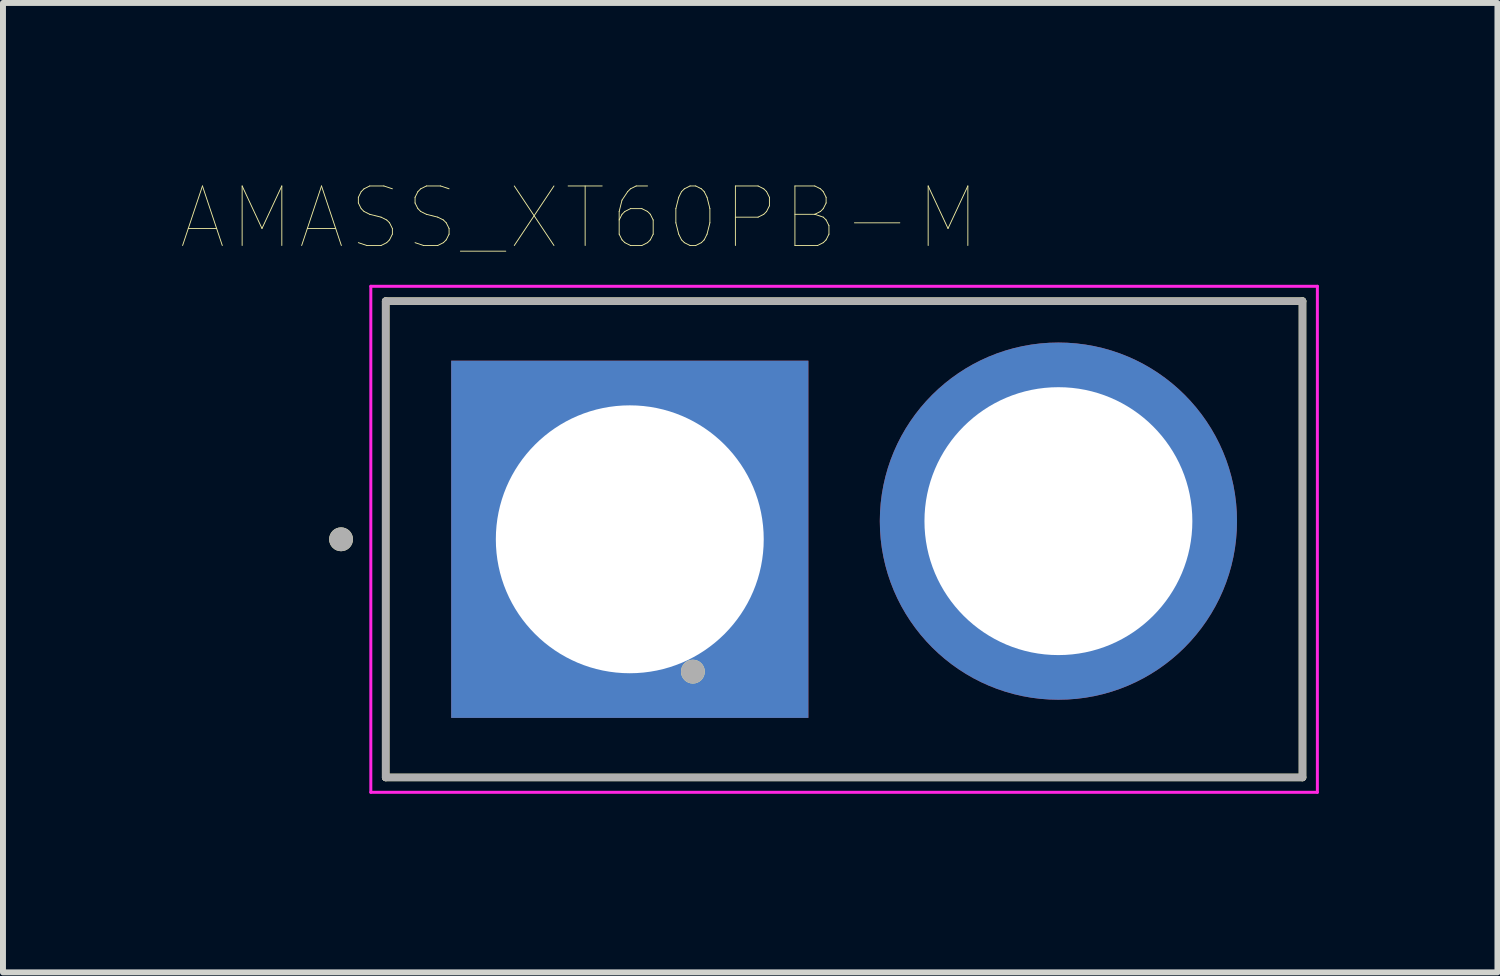
<source format=kicad_pcb>
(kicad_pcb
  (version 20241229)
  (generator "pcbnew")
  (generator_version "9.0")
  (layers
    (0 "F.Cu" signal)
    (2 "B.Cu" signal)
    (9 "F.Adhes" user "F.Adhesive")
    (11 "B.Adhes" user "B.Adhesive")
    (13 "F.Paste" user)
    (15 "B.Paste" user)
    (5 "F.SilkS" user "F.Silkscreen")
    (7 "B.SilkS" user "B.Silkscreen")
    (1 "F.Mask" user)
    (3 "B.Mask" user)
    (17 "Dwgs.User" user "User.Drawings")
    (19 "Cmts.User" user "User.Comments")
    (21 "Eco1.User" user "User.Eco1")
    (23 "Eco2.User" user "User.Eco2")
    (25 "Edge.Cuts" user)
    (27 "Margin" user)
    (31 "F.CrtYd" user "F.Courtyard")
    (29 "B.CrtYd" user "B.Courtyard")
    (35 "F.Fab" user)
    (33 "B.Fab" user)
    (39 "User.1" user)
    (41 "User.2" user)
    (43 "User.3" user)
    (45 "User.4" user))
  (footprint "AMASS_XT60PB-M"
    (layer "F.Cu")
    (at 11.129 6.009)
    (property "Reference" "AMASS_XT60PB-M" (at -4.445 -5.397 0) (layer "F.SilkS") (effects (font (size 1 1) (thickness 0.015))))
    (attr through_hole)
    (fp_line (start -7.7 -4) (end 7.7 -4) (stroke (width 0.127) (type solid)) (layer "F.SilkS"))
    (fp_line (start -7.7 4) (end -7.7 -4) (stroke (width 0.127) (type solid)) (layer "F.SilkS"))
    (fp_line (start 7.7 -4) (end 7.7 4) (stroke (width 0.127) (type solid)) (layer "F.SilkS"))
    (fp_line (start 7.7 4) (end -7.7 4) (stroke (width 0.127) (type solid)) (layer "F.SilkS"))
    (fp_circle (center -8.45 0) (end -8.35 0) (stroke (width 0.2) (type solid)) (fill no) (layer "F.SilkS"))
    (fp_circle (center -2.54 2.223) (end -2.44 2.223) (stroke (width 0.2) (type solid)) (fill no) (layer "F.SilkS"))
    (fp_line (start -7.95 -4.25) (end 7.95 -4.25) (stroke (width 0.05) (type solid)) (layer "F.CrtYd"))
    (fp_line (start -7.95 4.25) (end -7.95 -4.25) (stroke (width 0.05) (type solid)) (layer "F.CrtYd"))
    (fp_line (start 7.95 -4.25) (end 7.95 4.25) (stroke (width 0.05) (type solid)) (layer "F.CrtYd"))
    (fp_line (start 7.95 4.25) (end -7.95 4.25) (stroke (width 0.05) (type solid)) (layer "F.CrtYd"))
    (fp_line (start -7.7 -4) (end 7.7 -4) (stroke (width 0.127) (type solid)) (layer "F.Fab"))
    (fp_line (start -7.7 4) (end -7.7 -4) (stroke (width 0.127) (type solid)) (layer "F.Fab"))
    (fp_line (start 7.7 -4) (end 7.7 4) (stroke (width 0.127) (type solid)) (layer "F.Fab"))
    (fp_line (start 7.7 4) (end -7.7 4) (stroke (width 0.127) (type solid)) (layer "F.Fab"))
    (fp_circle (center -8.45 0) (end -8.35 0) (stroke (width 0.2) (type solid)) (fill no) (layer "F.Fab"))
    (fp_circle (center -2.54 2.223) (end -2.44 2.223) (stroke (width 0.2) (type solid)) (fill no) (layer "F.Fab"))
    (pad "1" thru_hole rect (at -3.6 0) (size 6 6) (drill 4.5) (layers "*.Cu" "*.Mask"))
    (pad "2" thru_hole circle (at 3.6 -0.305) (size 6 6) (drill 4.5) (layers "*.Cu" "*.Mask")))
  (gr_rect
    (start -3 -3)
    (end 22.104 13.284)
    (stroke (width 0.1) (type default))
    (fill no)
    (layer "Edge.Cuts")))
</source>
